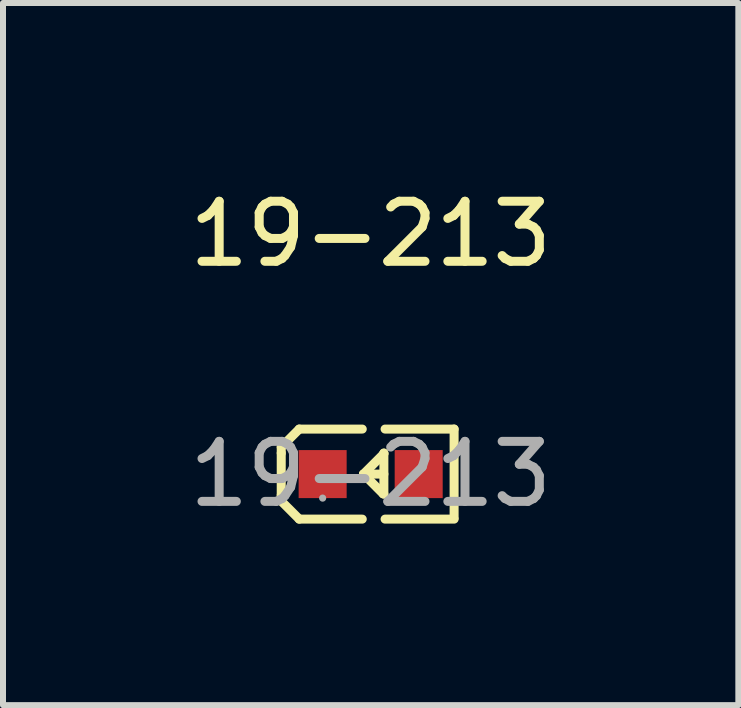
<source format=kicad_pcb>
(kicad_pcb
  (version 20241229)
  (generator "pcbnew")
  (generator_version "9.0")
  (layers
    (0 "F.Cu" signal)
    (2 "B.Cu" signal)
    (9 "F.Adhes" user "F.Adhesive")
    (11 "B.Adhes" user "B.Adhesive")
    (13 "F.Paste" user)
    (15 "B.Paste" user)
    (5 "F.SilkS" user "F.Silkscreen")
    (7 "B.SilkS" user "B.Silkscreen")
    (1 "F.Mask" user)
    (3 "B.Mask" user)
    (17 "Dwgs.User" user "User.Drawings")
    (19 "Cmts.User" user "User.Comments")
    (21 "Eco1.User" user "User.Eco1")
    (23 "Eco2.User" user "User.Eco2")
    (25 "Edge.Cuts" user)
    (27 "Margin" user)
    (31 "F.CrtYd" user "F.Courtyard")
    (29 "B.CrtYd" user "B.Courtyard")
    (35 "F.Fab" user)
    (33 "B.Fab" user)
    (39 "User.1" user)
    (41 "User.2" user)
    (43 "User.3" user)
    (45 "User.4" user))
  (footprint "19-213"
    (layer "F.Cu")
    (at 3.125 4.848)
    (property "Reference" "19-213" (at 0 -4 0) (layer "F.SilkS") (effects (font (size 1 1) (thickness 0.15))))
    (attr smd)
    (fp_line (start -1.49 -0.45) (end -1.19 -0.75) (stroke (width 0.15) (type solid)) (layer "F.SilkS"))
    (fp_line (start -1.49 -0.35) (end -1.49 -0.45) (stroke (width 0.15) (type solid)) (layer "F.SilkS"))
    (fp_line (start -1.49 -0.35) (end -1.49 0.35) (stroke (width 0.15) (type solid)) (layer "F.SilkS"))
    (fp_line (start -1.49 0.35) (end -1.49 0.45) (stroke (width 0.15) (type solid)) (layer "F.SilkS"))
    (fp_line (start -1.49 0.45) (end -1.19 0.75) (stroke (width 0.15) (type solid)) (layer "F.SilkS"))
    (fp_line (start -0.14 -0.75) (end -1.19 -0.75) (stroke (width 0.15) (type solid)) (layer "F.SilkS"))
    (fp_line (start -0.14 0.75) (end -1.19 0.75) (stroke (width 0.15) (type solid)) (layer "F.SilkS"))
    (fp_line (start 0.21 0.33) (end -0.12 0) (stroke (width 0.15) (type solid)) (layer "F.SilkS"))
    (fp_line (start 0.22 -0.35) (end 0.22 -0.34) (stroke (width 0.15) (type solid)) (layer "F.SilkS"))
    (fp_line (start 0.22 -0.35) (end 0.22 0.33) (stroke (width 0.15) (type solid)) (layer "F.SilkS"))
    (fp_line (start 0.22 -0.34) (end -0.12 0) (stroke (width 0.15) (type solid)) (layer "F.SilkS"))
    (fp_line (start 0.22 0) (end -0.12 0) (stroke (width 0.15) (type solid)) (layer "F.SilkS"))
    (fp_line (start 0.22 0.33) (end 0.21 0.33) (stroke (width 0.15) (type solid)) (layer "F.SilkS"))
    (fp_line (start 0.24 -0.75) (end 1.39 -0.75) (stroke (width 0.15) (type solid)) (layer "F.SilkS"))
    (fp_line (start 0.24 0.75) (end 1.39 0.75) (stroke (width 0.15) (type solid)) (layer "F.SilkS"))
    (fp_line (start 1.39 -0.75) (end 1.39 0.73) (stroke (width 0.15) (type solid)) (layer "F.SilkS"))
    (fp_circle (center -0.8 0.4) (end -0.77 0.4) (stroke (width 0.06) (type solid)) (fill no) (layer "F.Fab"))
    (fp_text user "${REFERENCE}" (at 0 0 0) (layer "F.Fab") (effects (font (size 1 1) (thickness 0.15))))
    (pad "1" smd rect (at -0.8 0 90) (size 0.8 0.8) (layers "F.Cu" "F.Mask" "F.Paste"))
    (pad "2" smd rect (at 0.8 0 90) (size 0.8 0.8) (layers "F.Cu" "F.Mask" "F.Paste")))
  (gr_rect
    (start -3 -3)
    (end 9.25 8.697)
    (stroke (width 0.1) (type default))
    (fill no)
    (layer "Edge.Cuts")))
</source>
